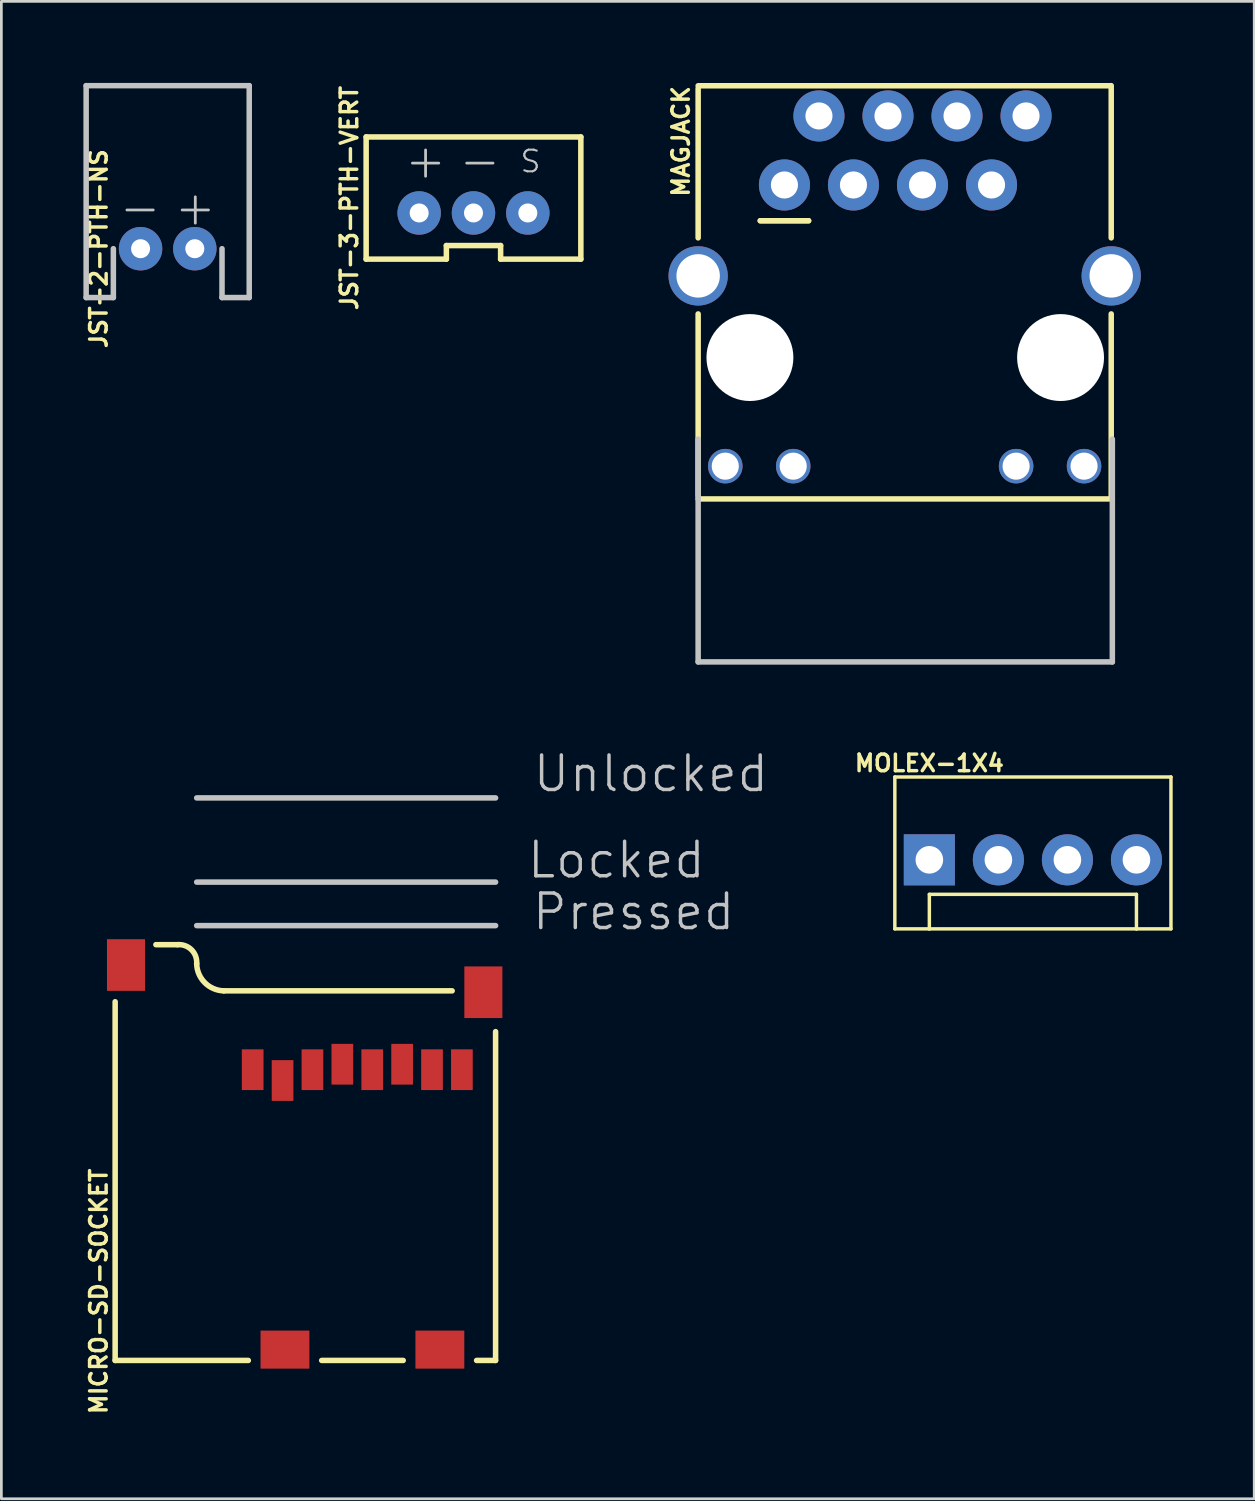
<source format=kicad_pcb>
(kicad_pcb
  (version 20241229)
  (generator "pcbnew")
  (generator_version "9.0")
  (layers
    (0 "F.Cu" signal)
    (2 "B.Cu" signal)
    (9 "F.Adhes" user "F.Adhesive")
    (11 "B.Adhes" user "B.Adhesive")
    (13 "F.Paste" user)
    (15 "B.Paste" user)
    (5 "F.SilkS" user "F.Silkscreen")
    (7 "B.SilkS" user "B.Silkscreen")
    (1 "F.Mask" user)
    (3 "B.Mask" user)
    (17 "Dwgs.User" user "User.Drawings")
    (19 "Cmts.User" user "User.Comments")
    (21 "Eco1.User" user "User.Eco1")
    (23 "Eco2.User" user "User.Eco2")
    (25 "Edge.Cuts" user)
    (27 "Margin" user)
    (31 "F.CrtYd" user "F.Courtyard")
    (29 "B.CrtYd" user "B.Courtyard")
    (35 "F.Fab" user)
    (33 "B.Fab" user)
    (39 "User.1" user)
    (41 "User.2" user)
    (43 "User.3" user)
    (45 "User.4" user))
  (footprint "JST-3-PTH-VERT"
    (layer "F.Cu")
    (at 14.372 4.237)
    (property "Reference" "JST-3-PTH-VERT" (at -4.572 0 90) (layer "F.SilkS") (effects (font (size 0.61 0.61) (thickness 0.127))))
    (attr exclude_from_pos_files exclude_from_bom)
    (fp_line (start -3.95 -2.248) (end 3.95 -2.248) (stroke (width 0.203) (type solid)) (layer "F.SilkS"))
    (fp_line (start -3.95 2.248) (end -3.95 -2.248) (stroke (width 0.203) (type solid)) (layer "F.SilkS"))
    (fp_line (start -0.998 1.748) (end -0.998 2.248) (stroke (width 0.203) (type solid)) (layer "F.SilkS"))
    (fp_line (start -0.998 1.748) (end 0.998 1.748) (stroke (width 0.203) (type solid)) (layer "F.SilkS"))
    (fp_line (start -0.998 2.248) (end -3.95 2.248) (stroke (width 0.203) (type solid)) (layer "F.SilkS"))
    (fp_line (start 0.998 1.748) (end 0.998 2.248) (stroke (width 0.203) (type solid)) (layer "F.SilkS"))
    (fp_line (start 3.95 -2.248) (end 3.95 2.248) (stroke (width 0.203) (type solid)) (layer "F.SilkS"))
    (fp_line (start 3.95 2.248) (end 0.998 2.248) (stroke (width 0.203) (type solid)) (layer "F.SilkS"))
    (fp_text user "S" (at 2.098 -1.349 0) (layer "Dwgs.User") (effects (font (size 0.798 0.798) (thickness 0.076))))
    (fp_text user "-" (at 0.234 -1.384 0) (layer "Dwgs.User") (effects (font (size 1.27 1.27) (thickness 0.102))))
    (fp_text user "+" (at -1.763 -1.384 0) (layer "Dwgs.User") (effects (font (size 1.27 1.27) (thickness 0.102))))
    (pad "1" thru_hole circle (at -1.999 0.549) (size 1.598 1.598) (drill 0.699) (layers "*.Cu" "*.Mask"))
    (pad "2" thru_hole circle (at 0 0.549) (size 1.598 1.598) (drill 0.699) (layers "*.Cu" "*.Mask"))
    (pad "3" thru_hole circle (at 1.999 0.549) (size 1.598 1.598) (drill 0.699) (layers "*.Cu" "*.Mask")))
  (footprint "JST-2-PTH-NS"
    (layer "F.Cu")
    (at 3.12 6.101)
    (property "Reference" "JST-2-PTH-NS" (at -2.54 0 90) (layer "F.SilkS") (effects (font (size 0.61 0.61) (thickness 0.127))))
    (attr exclude_from_pos_files exclude_from_bom)
    (fp_line (start -3 -5.999) (end 3 -5.999) (stroke (width 0.203) (type solid)) (layer "Dwgs.User"))
    (fp_line (start -3 1.798) (end -3 -5.999) (stroke (width 0.203) (type solid)) (layer "Dwgs.User"))
    (fp_line (start -1.999 0) (end -1.999 1.798) (stroke (width 0.203) (type solid)) (layer "Dwgs.User"))
    (fp_line (start -1.999 1.798) (end -3 1.798) (stroke (width 0.203) (type solid)) (layer "Dwgs.User"))
    (fp_line (start 1.999 1.798) (end 1.999 0) (stroke (width 0.203) (type solid)) (layer "Dwgs.User"))
    (fp_line (start 3 -5.999) (end 3 1.798) (stroke (width 0.203) (type solid)) (layer "Dwgs.User"))
    (fp_line (start 3 1.798) (end 1.999 1.798) (stroke (width 0.203) (type solid)) (layer "Dwgs.User"))
    (fp_text user "-" (at -1.016 -1.524 0) (layer "Dwgs.User") (effects (font (size 1.27 1.27) (thickness 0.102))))
    (fp_text user "+" (at 1.016 -1.524 0) (layer "Dwgs.User") (effects (font (size 1.27 1.27) (thickness 0.102))))
    (pad "1" thru_hole circle (at -0.998 0) (size 1.598 1.598) (drill 0.699) (layers "*.Cu" "*.Mask"))
    (pad "2" thru_hole circle (at 0.998 0) (size 1.598 1.598) (drill 0.699) (layers "*.Cu" "*.Mask")))
  (footprint "MAGJACK"
    (layer "F.Cu")
    (at 22.638 21.201)
    (property "Reference" "MAGJACK" (at -0.635 -19.05 90) (layer "F.SilkS") (effects (font (size 0.61 0.61) (thickness 0.127))))
    (attr exclude_from_pos_files exclude_from_bom)
    (fp_line (start 0 -21.095) (end 15.138 -21.095) (stroke (width 0.203) (type solid)) (layer "F.SilkS"))
    (fp_line (start 0 -20.998) (end 0 -15.499) (stroke (width 0.203) (type solid)) (layer "F.SilkS"))
    (fp_line (start 0 -5.999) (end 0 -12.7) (stroke (width 0.203) (type solid)) (layer "F.SilkS"))
    (fp_line (start 0 -5.893) (end 15.24 -5.893) (stroke (width 0.203) (type solid)) (layer "F.SilkS"))
    (fp_line (start 2.286 -16.129) (end 4.064 -16.129) (stroke (width 0.203) (type solid)) (layer "F.SilkS"))
    (fp_line (start 4.064 -16.129) (end 2.286 -16.129) (stroke (width 0.203) (type solid)) (layer "F.SilkS"))
    (fp_line (start 15.199 -21.1) (end 15.199 -15.499) (stroke (width 0.203) (type solid)) (layer "F.SilkS"))
    (fp_line (start 15.199 -5.898) (end 15.199 -12.7) (stroke (width 0.203) (type solid)) (layer "F.SilkS"))
    (fp_line (start 0 -8.095) (end 0 0.104) (stroke (width 0.203) (type solid)) (layer "Dwgs.User"))
    (fp_line (start 0 0.104) (end 15.24 0.104) (stroke (width 0.203) (type solid)) (layer "Dwgs.User"))
    (fp_line (start 15.24 0.104) (end 15.24 -8.095) (stroke (width 0.203) (type solid)) (layer "Dwgs.User"))
    (pad "" np_thru_hole circle (at 1.905 -11.095) (size 3.198 3.198) (drill 3.198) (layers "*.Cu" "*.Mask"))
    (pad "" np_thru_hole circle (at 13.335 -11.095) (size 3.198 3.198) (drill 3.198) (layers "*.Cu" "*.Mask"))
    (pad "1" thru_hole circle (at 3.175 -17.445) (size 1.88 1.88) (drill 0.998) (layers "*.Cu" "*.Mask"))
    (pad "2" thru_hole circle (at 4.445 -19.985) (size 1.88 1.88) (drill 0.998) (layers "*.Cu" "*.Mask"))
    (pad "3" thru_hole circle (at 5.715 -17.445) (size 1.88 1.88) (drill 0.998) (layers "*.Cu" "*.Mask"))
    (pad "4" thru_hole circle (at 6.985 -19.985) (size 1.88 1.88) (drill 0.998) (layers "*.Cu" "*.Mask"))
    (pad "5" thru_hole circle (at 8.255 -17.445) (size 1.88 1.88) (drill 0.998) (layers "*.Cu" "*.Mask"))
    (pad "6" thru_hole circle (at 9.525 -19.985) (size 1.88 1.88) (drill 0.998) (layers "*.Cu" "*.Mask"))
    (pad "7" thru_hole circle (at 10.795 -17.445) (size 1.88 1.88) (drill 0.998) (layers "*.Cu" "*.Mask"))
    (pad "8" thru_hole circle (at 12.065 -19.985) (size 1.88 1.88) (drill 0.998) (layers "*.Cu" "*.Mask"))
    (pad "9" thru_hole circle (at 0.998 -7.099) (size 1.27 1.27) (drill 0.998) (layers "*.Cu" "*.Mask"))
    (pad "10" thru_hole circle (at 3.498 -7.099) (size 1.27 1.27) (drill 0.998) (layers "*.Cu" "*.Mask"))
    (pad "11" thru_hole circle (at 11.699 -7.099) (size 1.27 1.27) (drill 0.998) (layers "*.Cu" "*.Mask"))
    (pad "12" thru_hole circle (at 14.199 -7.099) (size 1.27 1.27) (drill 0.998) (layers "*.Cu" "*.Mask"))
    (pad "M1" thru_hole circle (at 0 -14.1) (size 2.182 2.182) (drill 1.598) (layers "*.Cu" "*.Mask"))
    (pad "M2" thru_hole circle (at 15.199 -14.1) (size 2.182 2.182) (drill 1.598) (layers "*.Cu" "*.Mask")))
  (footprint "MICRO-SD-SOCKET"
    (layer "F.Cu")
    (at 15.185 47.007)
    (property "Reference" "MICRO-SD-SOCKET" (at -14.605 -2.54 90) (layer "F.SilkS") (effects (font (size 0.61 0.61) (thickness 0.127))))
    (attr smd)
    (fp_line (start -13.998 0) (end -13.998 -13.198) (stroke (width 0.203) (type solid)) (layer "F.SilkS"))
    (fp_line (start -13.998 0) (end -9.098 0) (stroke (width 0.203) (type solid)) (layer "F.SilkS"))
    (fp_line (start -11.699 -15.298) (end -12.499 -15.298) (stroke (width 0.203) (type solid)) (layer "F.SilkS"))
    (fp_line (start -10 -13.599) (end -1.598 -13.599) (stroke (width 0.203) (type solid)) (layer "F.SilkS"))
    (fp_line (start -3.399 0) (end -6.398 0) (stroke (width 0.203) (type solid)) (layer "F.SilkS"))
    (fp_line (start 0 -12.098) (end 0 0) (stroke (width 0.203) (type solid)) (layer "F.SilkS"))
    (fp_line (start 0 0) (end -0.699 0) (stroke (width 0.203) (type solid)) (layer "F.SilkS"))
    (fp_arc (start -11.69924 -15.29842) (mid -11.188194 -15.110312) (end -10.997998 -14.60004) (stroke (width 0.2032) (type solid)) (layer "F.SilkS"))
    (fp_arc (start -9.99998 -13.59916) (mid -10.698882 -13.89902) (end -10.998219 -14.598146) (stroke (width 0.2032) (type solid)) (layer "F.SilkS"))
    (fp_line (start -10.998 -15.999) (end 0 -15.999) (stroke (width 0.203) (type solid)) (layer "Dwgs.User"))
    (fp_line (start 0 -20.698) (end -10.998 -20.698) (stroke (width 0.203) (type solid)) (layer "Dwgs.User"))
    (fp_line (start 0 -17.6) (end -10.998 -17.6) (stroke (width 0.203) (type solid)) (layer "Dwgs.User"))
    (fp_text user "Locked" (at 4.445 -18.415 0) (layer "Dwgs.User") (effects (font (size 1.27 1.27) (thickness 0.127))))
    (fp_text user "Pressed" (at 5.08 -16.51 0) (layer "Dwgs.User") (effects (font (size 1.27 1.27) (thickness 0.127))))
    (fp_text user "Unlocked" (at 5.715 -21.59 0) (layer "Dwgs.User") (effects (font (size 1.27 1.27) (thickness 0.127))))
    (pad "CD1" smd rect (at -2.05 -0.399) (size 1.798 1.4) (layers "F.Cu" "F.Mask" "F.Paste"))
    (pad "CD2" smd rect (at -7.75 -0.399) (size 1.798 1.4) (layers "F.Cu" "F.Mask" "F.Paste"))
    (pad "CS" smd rect (at -7.838 -10.3) (size 0.798 1.499) (layers "F.Cu" "F.Mask" "F.Paste"))
    (pad "DI" smd rect (at -6.739 -10.698) (size 0.798 1.499) (layers "F.Cu" "F.Mask" "F.Paste"))
    (pad "DO" smd rect (at -2.339 -10.698) (size 0.798 1.499) (layers "F.Cu" "F.Mask" "F.Paste"))
    (pad "GND" smd rect (at -3.439 -10.899) (size 0.798 1.499) (layers "F.Cu" "F.Mask" "F.Paste"))
    (pad "GND1" smd rect (at -13.599 -14.549) (size 1.4 1.9) (layers "F.Cu" "F.Mask" "F.Paste"))
    (pad "GND3" smd rect (at -0.45 -13.548) (size 1.4 1.9) (layers "F.Cu" "F.Mask" "F.Paste"))
    (pad "RSV1" smd rect (at -8.938 -10.698) (size 0.798 1.499) (layers "F.Cu" "F.Mask" "F.Paste"))
    (pad "RSV2" smd rect (at -1.24 -10.698) (size 0.798 1.499) (layers "F.Cu" "F.Mask" "F.Paste"))
    (pad "SCLK" smd rect (at -4.539 -10.698) (size 0.798 1.499) (layers "F.Cu" "F.Mask" "F.Paste"))
    (pad "VCC" smd rect (at -5.639 -10.899) (size 0.798 1.499) (layers "F.Cu" "F.Mask" "F.Paste")))
  (footprint "MOLEX-1X4"
    (layer "F.Cu")
    (at 31.145 28.587)
    (property "Reference" "MOLEX-1X4" (at 0 -3.556 0) (layer "F.SilkS") (effects (font (size 0.61 0.61) (thickness 0.127))))
    (attr exclude_from_pos_files exclude_from_bom)
    (fp_line (start -1.27 -3.048) (end -1.27 2.54) (stroke (width 0.127) (type solid)) (layer "F.SilkS"))
    (fp_line (start 0 1.27) (end 7.62 1.27) (stroke (width 0.127) (type solid)) (layer "F.SilkS"))
    (fp_line (start 0 2.54) (end -1.27 2.54) (stroke (width 0.127) (type solid)) (layer "F.SilkS"))
    (fp_line (start 0 2.54) (end 0 1.27) (stroke (width 0.127) (type solid)) (layer "F.SilkS"))
    (fp_line (start 7.62 1.27) (end 7.62 2.54) (stroke (width 0.127) (type solid)) (layer "F.SilkS"))
    (fp_line (start 7.62 2.54) (end 0 2.54) (stroke (width 0.127) (type solid)) (layer "F.SilkS"))
    (fp_line (start 8.89 -3.048) (end -1.27 -3.048) (stroke (width 0.127) (type solid)) (layer "F.SilkS"))
    (fp_line (start 8.89 -3.048) (end 8.89 2.54) (stroke (width 0.127) (type solid)) (layer "F.SilkS"))
    (fp_line (start 8.89 2.54) (end 7.62 2.54) (stroke (width 0.127) (type solid)) (layer "F.SilkS"))
    (pad "1" thru_hole rect (at 0 0) (size 1.88 1.88) (drill 1.016) (layers "*.Cu" "*.Mask"))
    (pad "2" thru_hole circle (at 2.54 0) (size 1.88 1.88) (drill 1.016) (layers "*.Cu" "*.Mask"))
    (pad "3" thru_hole circle (at 5.08 0) (size 1.88 1.88) (drill 1.016) (layers "*.Cu" "*.Mask"))
    (pad "4" thru_hole circle (at 7.62 0) (size 1.88 1.88) (drill 1.016) (layers "*.Cu" "*.Mask")))
  (gr_rect
    (start -3 -3)
    (end 43.099 52.096)
    (stroke (width 0.1) (type default))
    (fill no)
    (layer "Edge.Cuts")))
</source>
